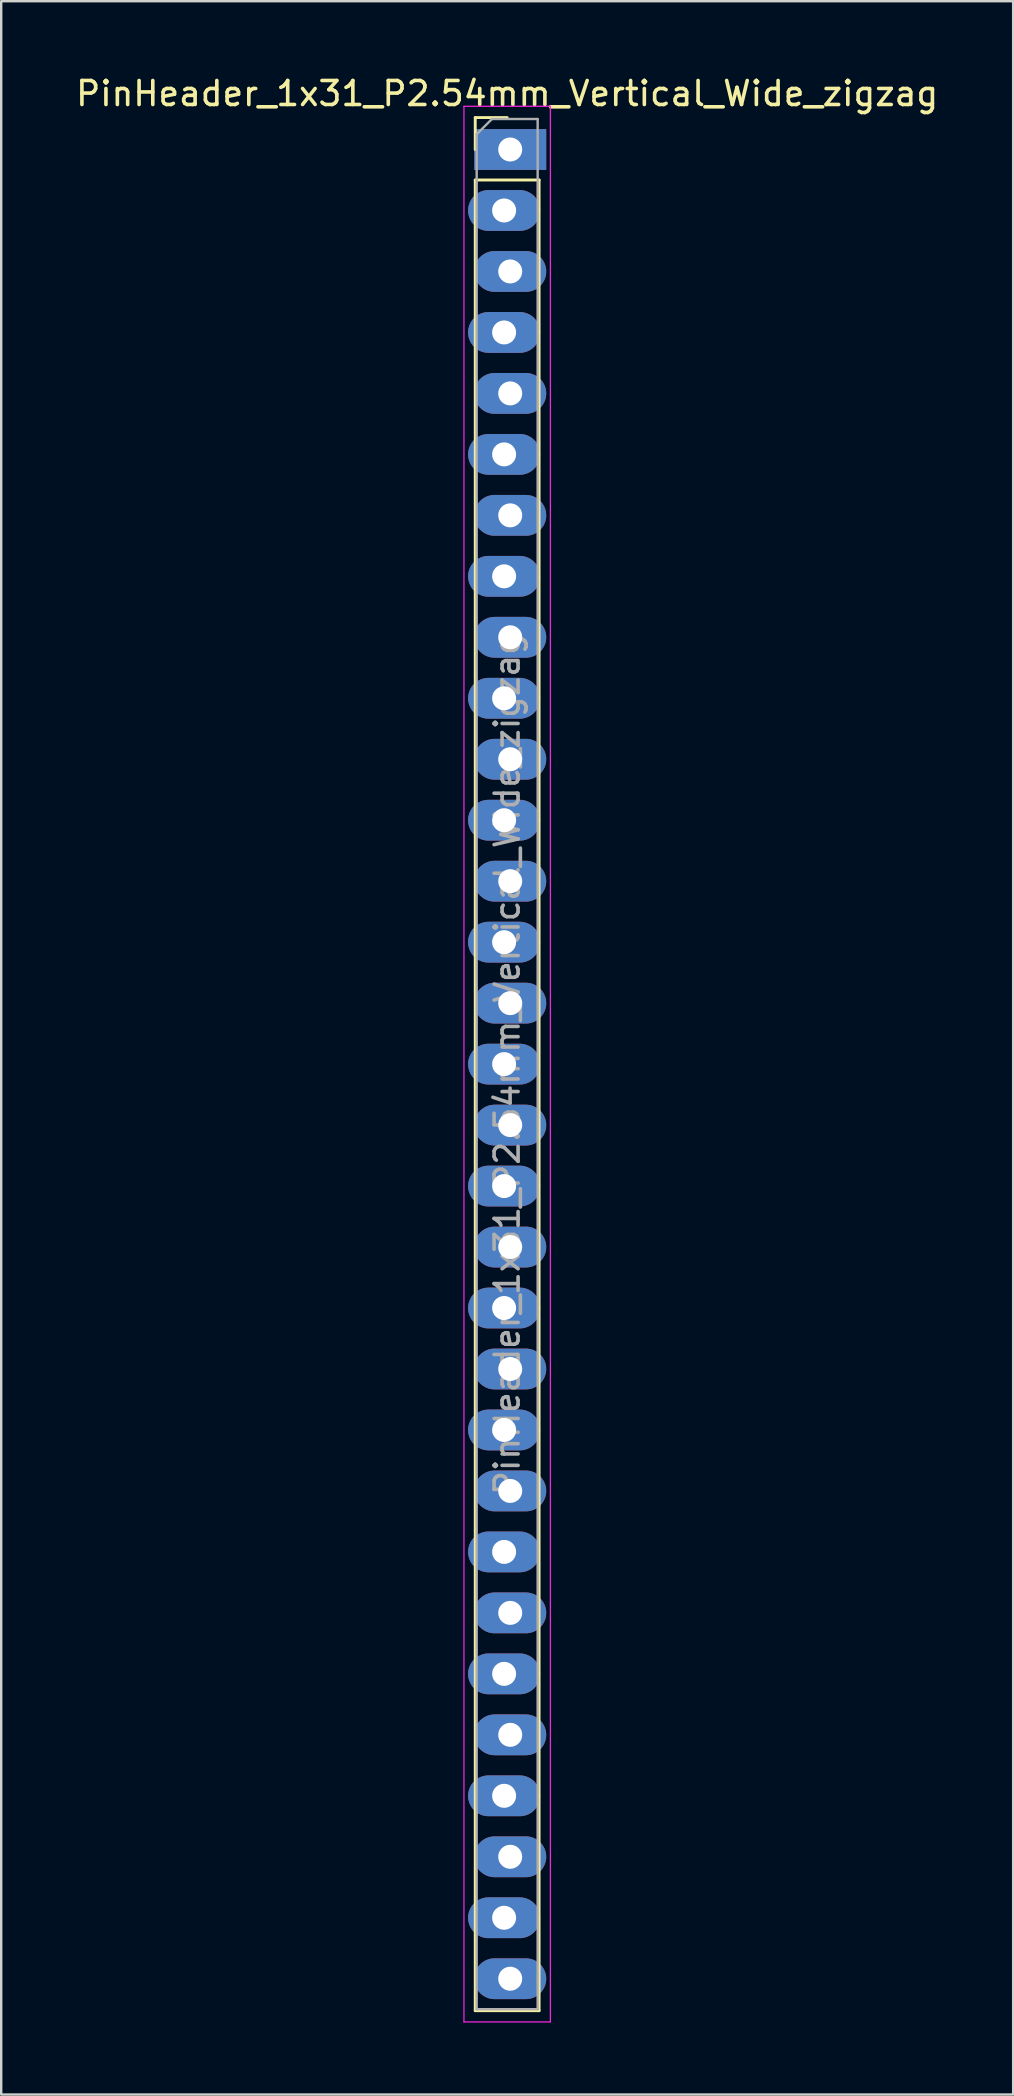
<source format=kicad_pcb>
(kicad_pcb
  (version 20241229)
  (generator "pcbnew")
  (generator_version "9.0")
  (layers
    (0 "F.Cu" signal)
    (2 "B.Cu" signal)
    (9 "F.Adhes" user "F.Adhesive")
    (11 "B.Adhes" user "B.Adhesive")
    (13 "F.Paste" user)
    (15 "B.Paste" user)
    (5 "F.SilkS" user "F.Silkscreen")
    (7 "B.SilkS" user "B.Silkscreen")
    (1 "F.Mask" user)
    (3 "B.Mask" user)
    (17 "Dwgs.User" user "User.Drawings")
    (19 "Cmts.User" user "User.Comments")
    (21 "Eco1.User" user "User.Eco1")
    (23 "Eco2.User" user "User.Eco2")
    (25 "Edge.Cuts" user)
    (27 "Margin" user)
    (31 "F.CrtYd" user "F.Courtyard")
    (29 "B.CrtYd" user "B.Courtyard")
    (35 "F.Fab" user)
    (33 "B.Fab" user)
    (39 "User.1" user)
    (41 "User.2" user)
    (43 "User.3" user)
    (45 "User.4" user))
  (footprint "PinHeader_1x31_P2.54mm_Vertical_Wide_zigzag"
    (layer "F.Cu")
    (at 18.077 3.178)
    (property "Reference" "PinHeader_1x31_P2.54mm_Vertical_Wide_zigzag" (at 0 -2.33 0) (layer "F.SilkS") (effects (font (size 1 1) (thickness 0.15))))
    (attr through_hole)
    (fp_line (start -1.33 -1.33) (end 0 -1.33) (stroke (width 0.12) (type solid)) (layer "F.SilkS"))
    (fp_line (start -1.33 0) (end -1.33 -1.33) (stroke (width 0.12) (type solid)) (layer "F.SilkS"))
    (fp_line (start -1.33 1.27) (end -1.33 77.53) (stroke (width 0.12) (type solid)) (layer "F.SilkS"))
    (fp_line (start -1.33 1.27) (end 1.33 1.27) (stroke (width 0.12) (type solid)) (layer "F.SilkS"))
    (fp_line (start -1.33 77.53) (end 1.33 77.53) (stroke (width 0.12) (type solid)) (layer "F.SilkS"))
    (fp_line (start 1.33 1.27) (end 1.33 77.53) (stroke (width 0.12) (type solid)) (layer "F.SilkS"))
    (fp_line (start -1.8 -1.8) (end -1.8 78) (stroke (width 0.05) (type solid)) (layer "F.CrtYd"))
    (fp_line (start -1.8 78) (end 1.8 78) (stroke (width 0.05) (type solid)) (layer "F.CrtYd"))
    (fp_line (start 1.8 -1.8) (end -1.8 -1.8) (stroke (width 0.05) (type solid)) (layer "F.CrtYd"))
    (fp_line (start 1.8 78) (end 1.8 -1.8) (stroke (width 0.05) (type solid)) (layer "F.CrtYd"))
    (fp_line (start -1.27 -0.635) (end -0.635 -1.27) (stroke (width 0.1) (type solid)) (layer "F.Fab"))
    (fp_line (start -1.27 77.47) (end -1.27 -0.635) (stroke (width 0.1) (type solid)) (layer "F.Fab"))
    (fp_line (start -0.635 -1.27) (end 1.27 -1.27) (stroke (width 0.1) (type solid)) (layer "F.Fab"))
    (fp_line (start 1.27 -1.27) (end 1.27 77.47) (stroke (width 0.1) (type solid)) (layer "F.Fab"))
    (fp_line (start 1.27 77.47) (end -1.27 77.47) (stroke (width 0.1) (type solid)) (layer "F.Fab"))
    (fp_text user "${REFERENCE}" (at 0 38.1 90) (layer "F.Fab") (effects (font (size 1 1) (thickness 0.15))))
    (pad "1" thru_hole rect (at 0.127 0) (size 3 1.7) (drill 1) (layers "*.Cu" "*.Mask"))
    (pad "2" thru_hole oval (at -0.127 2.54) (size 3 1.7) (drill 1) (layers "*.Cu" "*.Mask"))
    (pad "3" thru_hole oval (at 0.127 5.08) (size 3 1.7) (drill 1) (layers "*.Cu" "*.Mask"))
    (pad "4" thru_hole oval (at -0.127 7.62) (size 3 1.7) (drill 1) (layers "*.Cu" "*.Mask"))
    (pad "5" thru_hole oval (at 0.127 10.16) (size 3 1.7) (drill 1) (layers "*.Cu" "*.Mask"))
    (pad "6" thru_hole oval (at -0.127 12.7) (size 3 1.7) (drill 1) (layers "*.Cu" "*.Mask"))
    (pad "7" thru_hole oval (at 0.127 15.24) (size 3 1.7) (drill 1) (layers "*.Cu" "*.Mask"))
    (pad "8" thru_hole oval (at -0.127 17.78) (size 3 1.7) (drill 1) (layers "*.Cu" "*.Mask"))
    (pad "9" thru_hole oval (at 0.127 20.32) (size 3 1.7) (drill 1) (layers "*.Cu" "*.Mask"))
    (pad "10" thru_hole oval (at -0.127 22.86) (size 3 1.7) (drill 1) (layers "*.Cu" "*.Mask"))
    (pad "11" thru_hole oval (at 0.127 25.4) (size 3 1.7) (drill 1) (layers "*.Cu" "*.Mask"))
    (pad "12" thru_hole oval (at -0.127 27.94) (size 3 1.7) (drill 1) (layers "*.Cu" "*.Mask"))
    (pad "13" thru_hole oval (at 0.127 30.48) (size 3 1.7) (drill 1) (layers "*.Cu" "*.Mask"))
    (pad "14" thru_hole oval (at -0.127 33.02) (size 3 1.7) (drill 1) (layers "*.Cu" "*.Mask"))
    (pad "15" thru_hole oval (at 0.127 35.56) (size 3 1.7) (drill 1) (layers "*.Cu" "*.Mask"))
    (pad "16" thru_hole oval (at -0.127 38.1) (size 3 1.7) (drill 1) (layers "*.Cu" "*.Mask"))
    (pad "17" thru_hole oval (at 0.127 40.64) (size 3 1.7) (drill 1) (layers "*.Cu" "*.Mask"))
    (pad "18" thru_hole oval (at -0.127 43.18) (size 3 1.7) (drill 1) (layers "*.Cu" "*.Mask"))
    (pad "19" thru_hole oval (at 0.127 45.72) (size 3 1.7) (drill 1) (layers "*.Cu" "*.Mask"))
    (pad "20" thru_hole oval (at -0.127 48.26) (size 3 1.7) (drill 1) (layers "*.Cu" "*.Mask"))
    (pad "21" thru_hole oval (at 0.127 50.8) (size 3 1.7) (drill 1) (layers "*.Cu" "*.Mask"))
    (pad "22" thru_hole oval (at -0.127 53.34) (size 3 1.7) (drill 1) (layers "*.Cu" "*.Mask"))
    (pad "23" thru_hole oval (at 0.127 55.88) (size 3 1.7) (drill 1) (layers "*.Cu" "*.Mask"))
    (pad "24" thru_hole oval (at -0.127 58.42) (size 3 1.7) (drill 1) (layers "*.Cu" "*.Mask"))
    (pad "25" thru_hole oval (at 0.127 60.96) (size 3 1.7) (drill 1) (layers "*.Cu" "*.Mask"))
    (pad "26" thru_hole oval (at -0.127 63.5) (size 3 1.7) (drill 1) (layers "*.Cu" "*.Mask"))
    (pad "27" thru_hole oval (at 0.127 66.04) (size 3 1.7) (drill 1) (layers "*.Cu" "*.Mask"))
    (pad "28" thru_hole oval (at -0.127 68.58) (size 3 1.7) (drill 1) (layers "*.Cu" "*.Mask"))
    (pad "29" thru_hole oval (at 0.127 71.12) (size 3 1.7) (drill 1) (layers "*.Cu" "*.Mask"))
    (pad "30" thru_hole oval (at -0.127 73.66) (size 3 1.7) (drill 1) (layers "*.Cu" "*.Mask"))
    (pad "31" thru_hole oval (at 0.127 76.2) (size 3 1.7) (drill 1) (layers "*.Cu" "*.Mask")))
  (gr_rect
    (start -3 -3)
    (end 39.155 84.203)
    (stroke (width 0.1) (type default))
    (fill no)
    (layer "Edge.Cuts")))
</source>
